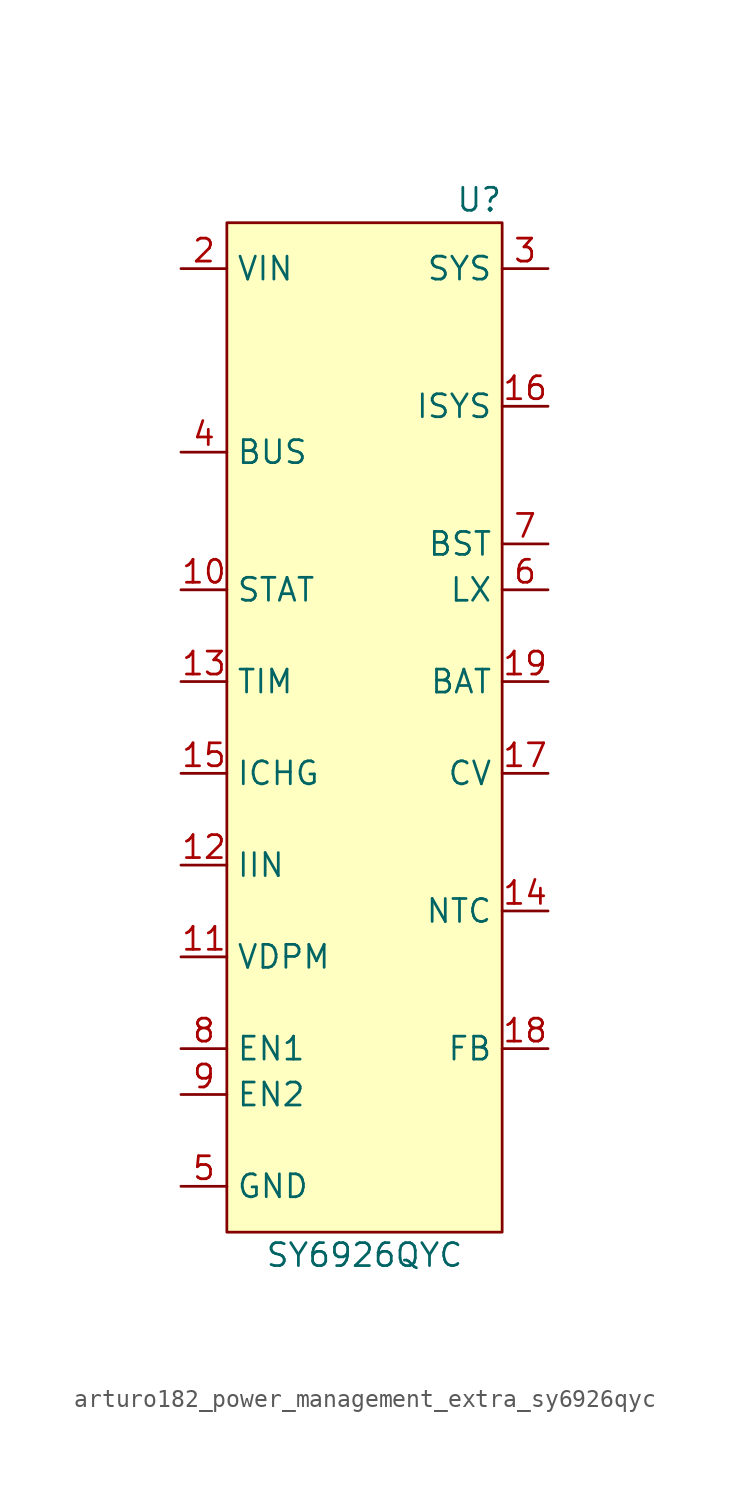
<source format=kicad_sym>
(kicad_symbol_lib
  (version 20220914)
  (generator kicad_symbol_editor)
  (symbol "arturo182_power_management_extra_sy6926qyc"
    (property "Reference" "U"
      (at 6.35 19.05 0)
      (effects (font (size 1.27 1.27))))
    (property "Value" "SY6926QYC"
      (at 0 -39.37 0)
      (effects (font (size 1.27 1.27))))
    (symbol "arturo182_power_management_extra_sy6926qyc_0_0"
      (pin passive line (at -10.16 15.24 0) (length 2.54) hide (name "SIN" (effects (font (size 1.27 1.27)))) (number "1" (effects (font (size 1.27 1.27)))))
      (pin output line (at -10.16 -2.54 0) (length 2.54) (name "STAT" (effects (font (size 1.27 1.27)))) (number "10" (effects (font (size 1.27 1.27)))))
      (pin input line (at -10.16 -22.86 0) (length 2.54) (name "VDPM" (effects (font (size 1.27 1.27)))) (number "11" (effects (font (size 1.27 1.27)))))
      (pin input line (at -10.16 -17.78 0) (length 2.54) (name "IIN" (effects (font (size 1.27 1.27)))) (number "12" (effects (font (size 1.27 1.27)))))
      (pin input line (at -10.16 -7.62 0) (length 2.54) (name "TIM" (effects (font (size 1.27 1.27)))) (number "13" (effects (font (size 1.27 1.27)))))
      (pin input line (at 10.16 -20.32 180) (length 2.54) (name "NTC" (effects (font (size 1.27 1.27)))) (number "14" (effects (font (size 1.27 1.27)))))
      (pin input line (at -10.16 -12.7 0) (length 2.54) (name "ICHG" (effects (font (size 1.27 1.27)))) (number "15" (effects (font (size 1.27 1.27)))))
      (pin input line (at 10.16 7.62 180) (length 2.54) (name "ISYS" (effects (font (size 1.27 1.27)))) (number "16" (effects (font (size 1.27 1.27)))))
      (pin input line (at 10.16 -12.7 180) (length 2.54) (name "CV" (effects (font (size 1.27 1.27)))) (number "17" (effects (font (size 1.27 1.27)))))
      (pin input line (at 10.16 -27.94 180) (length 2.54) (name "FB" (effects (font (size 1.27 1.27)))) (number "18" (effects (font (size 1.27 1.27)))))
      (pin input line (at 10.16 -7.62 180) (length 2.54) (name "BAT" (effects (font (size 1.27 1.27)))) (number "19" (effects (font (size 1.27 1.27)))))
      (pin power_in line (at -10.16 15.24 0) (length 2.54) (name "VIN" (effects (font (size 1.27 1.27)))) (number "2" (effects (font (size 1.27 1.27)))))
      (pin passive line (at -10.16 -35.56 0) (length 2.54) hide (name "GND" (effects (font (size 1.27 1.27)))) (number "20" (effects (font (size 1.27 1.27)))))
      (pin power_out line (at 10.16 15.24 180) (length 2.54) (name "SYS" (effects (font (size 1.27 1.27)))) (number "3" (effects (font (size 1.27 1.27)))))
      (pin input line (at -10.16 5.08 0) (length 2.54) (name "BUS" (effects (font (size 1.27 1.27)))) (number "4" (effects (font (size 1.27 1.27)))))
      (pin power_in line (at -10.16 -35.56 0) (length 2.54) (name "GND" (effects (font (size 1.27 1.27)))) (number "5" (effects (font (size 1.27 1.27)))))
      (pin input line (at 10.16 -2.54 180) (length 2.54) (name "LX" (effects (font (size 1.27 1.27)))) (number "6" (effects (font (size 1.27 1.27)))))
      (pin input line (at 10.16 0 180) (length 2.54) (name "BST" (effects (font (size 1.27 1.27)))) (number "7" (effects (font (size 1.27 1.27)))))
      (pin input line (at -10.16 -27.94 0) (length 2.54) (name "EN1" (effects (font (size 1.27 1.27)))) (number "8" (effects (font (size 1.27 1.27)))))
      (pin input line (at -10.16 -30.48 0) (length 2.54) (name "EN2" (effects (font (size 1.27 1.27)))) (number "9" (effects (font (size 1.27 1.27))))))
    (symbol "arturo182_power_management_extra_sy6926qyc_0_1"
      (rectangle (start -7.62 17.78) (end 7.62 -38.1) (stroke (width 0) (type default)) (fill (type background))))))
</source>
